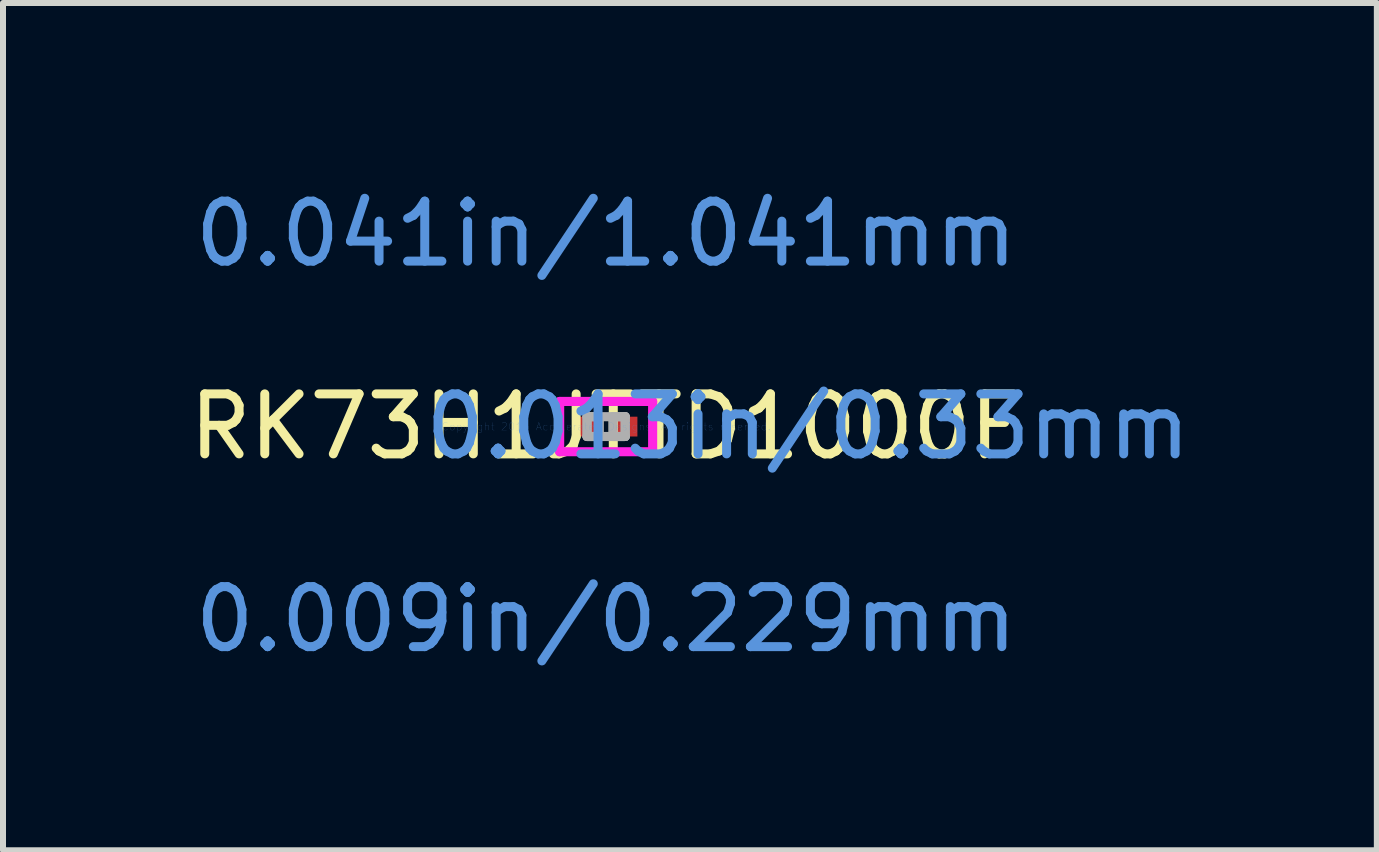
<source format=kicad_pcb>
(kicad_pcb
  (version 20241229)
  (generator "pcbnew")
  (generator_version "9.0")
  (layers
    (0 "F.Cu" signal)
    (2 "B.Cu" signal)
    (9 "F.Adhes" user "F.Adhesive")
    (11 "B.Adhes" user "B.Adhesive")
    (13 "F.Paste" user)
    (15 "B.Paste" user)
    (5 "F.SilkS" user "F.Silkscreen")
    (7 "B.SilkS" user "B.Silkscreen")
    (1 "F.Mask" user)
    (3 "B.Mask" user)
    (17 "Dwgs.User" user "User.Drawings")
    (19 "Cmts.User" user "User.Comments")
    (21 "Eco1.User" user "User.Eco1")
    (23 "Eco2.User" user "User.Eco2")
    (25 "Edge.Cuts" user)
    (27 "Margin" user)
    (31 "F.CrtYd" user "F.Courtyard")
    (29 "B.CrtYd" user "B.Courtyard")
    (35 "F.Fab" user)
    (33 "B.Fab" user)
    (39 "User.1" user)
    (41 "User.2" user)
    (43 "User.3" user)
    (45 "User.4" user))
  (footprint "RK73H1JTTD1000F"
    (layer "F.Cu")
    (at 7.054 4.061)
    (property "Reference" "RK73H1JTTD1000F" (at 0 0 0) (layer "F.SilkS") (effects (font (size 1 1) (thickness 0.15))))
    (attr through_hole)
    (fp_line (start -0.775 -0.419) (end 0.775 -0.419) (stroke (width 0.152) (type solid)) (layer "F.CrtYd"))
    (fp_line (start -0.775 0.419) (end -0.775 -0.419) (stroke (width 0.152) (type solid)) (layer "F.CrtYd"))
    (fp_line (start 0.775 -0.419) (end 0.775 0.419) (stroke (width 0.152) (type solid)) (layer "F.CrtYd"))
    (fp_line (start 0.775 0.419) (end -0.775 0.419) (stroke (width 0.152) (type solid)) (layer "F.CrtYd"))
    (fp_line (start -0.318 -0.165) (end -0.318 0.165) (stroke (width 0.152) (type solid)) (layer "F.Fab"))
    (fp_line (start -0.318 -0.165) (end -0.318 0.165) (stroke (width 0.152) (type solid)) (layer "F.Fab"))
    (fp_line (start -0.318 0.165) (end -0.114 0.165) (stroke (width 0.152) (type solid)) (layer "F.Fab"))
    (fp_line (start -0.318 0.165) (end 0.318 0.165) (stroke (width 0.152) (type solid)) (layer "F.Fab"))
    (fp_line (start -0.114 -0.165) (end -0.318 -0.165) (stroke (width 0.152) (type solid)) (layer "F.Fab"))
    (fp_line (start -0.114 0.165) (end -0.114 -0.165) (stroke (width 0.152) (type solid)) (layer "F.Fab"))
    (fp_line (start 0.114 -0.165) (end 0.114 0.165) (stroke (width 0.152) (type solid)) (layer "F.Fab"))
    (fp_line (start 0.114 0.165) (end 0.318 0.165) (stroke (width 0.152) (type solid)) (layer "F.Fab"))
    (fp_line (start 0.318 -0.165) (end -0.318 -0.165) (stroke (width 0.152) (type solid)) (layer "F.Fab"))
    (fp_line (start 0.318 -0.165) (end 0.114 -0.165) (stroke (width 0.152) (type solid)) (layer "F.Fab"))
    (fp_line (start 0.318 0.165) (end 0.318 -0.165) (stroke (width 0.152) (type solid)) (layer "F.Fab"))
    (fp_line (start 0.318 0.165) (end 0.318 -0.165) (stroke (width 0.152) (type solid)) (layer "F.Fab"))
    (fp_text user "Copyright 2016 Accelerated Designs. All rights reserved." (at 0 0 0) (layer "Cmts.User") (effects (font (size 0.127 0.127) (thickness 0.002))))
    (fp_text user "0.013in/0.33mm" (at 3.365 0 0) (layer "Cmts.User") (effects (font (size 1 1) (thickness 0.15))))
    (fp_text user "0.009in/0.229mm" (at 0 3.213 0) (layer "Cmts.User") (effects (font (size 1 1) (thickness 0.15))))
    (fp_text user "0.041in/1.041mm" (at 0 -3.213 0) (layer "Cmts.User") (effects (font (size 1 1) (thickness 0.15))))
    (pad "1" smd rect (at -0.318 0) (size 0.406 0.33) (layers "F.Cu" "F.Mask" "F.Paste"))
    (pad "2" smd rect (at 0.318 0) (size 0.406 0.33) (layers "F.Cu" "F.Mask" "F.Paste")))
  (gr_rect
    (start -3 -3)
    (end 19.901 11.123)
    (stroke (width 0.1) (type default))
    (fill no)
    (layer "Edge.Cuts")))
</source>
